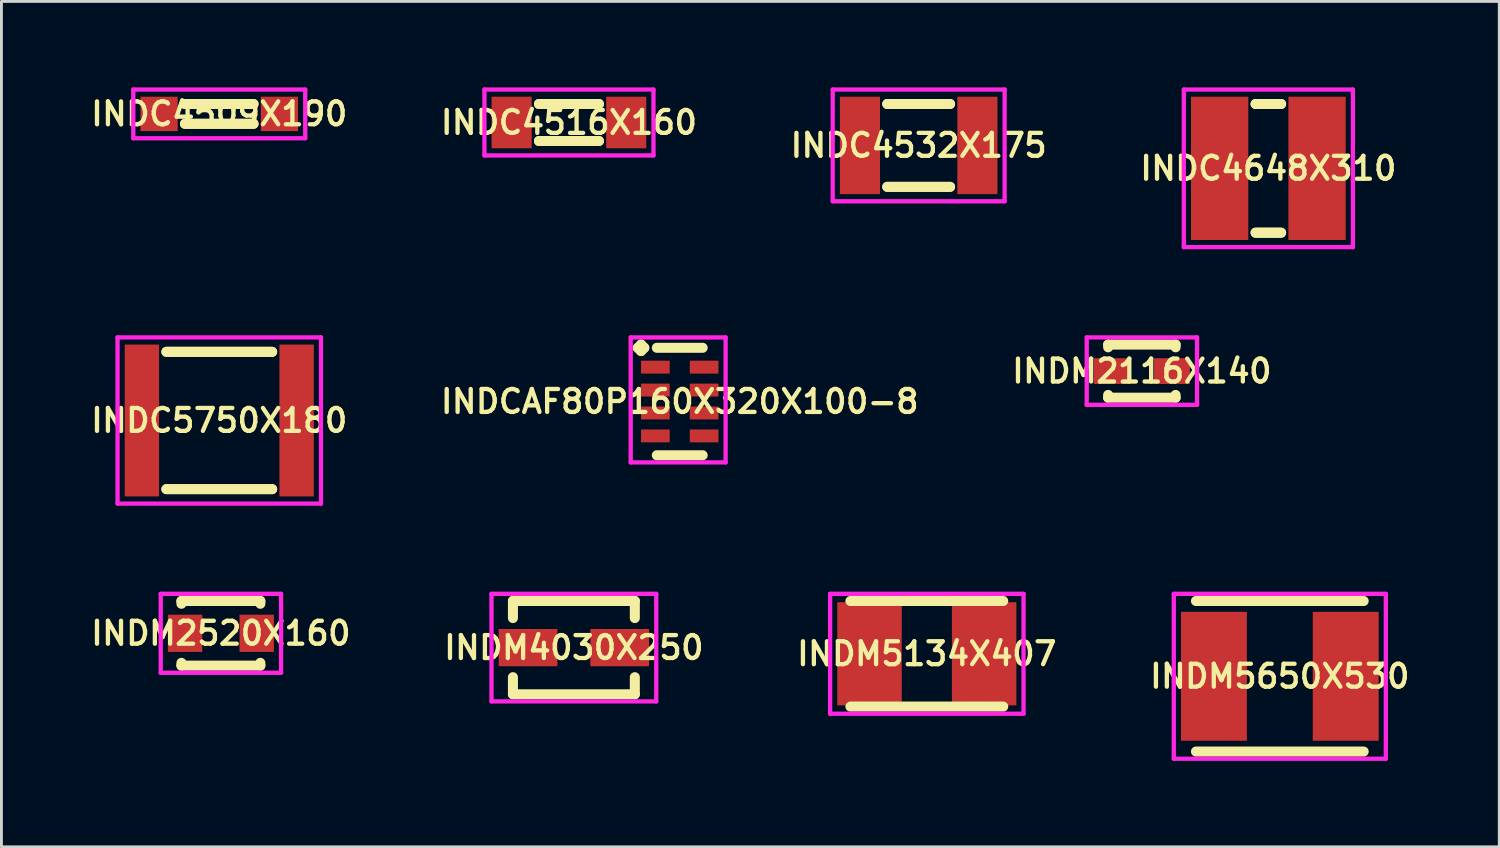
<source format=kicad_pcb>
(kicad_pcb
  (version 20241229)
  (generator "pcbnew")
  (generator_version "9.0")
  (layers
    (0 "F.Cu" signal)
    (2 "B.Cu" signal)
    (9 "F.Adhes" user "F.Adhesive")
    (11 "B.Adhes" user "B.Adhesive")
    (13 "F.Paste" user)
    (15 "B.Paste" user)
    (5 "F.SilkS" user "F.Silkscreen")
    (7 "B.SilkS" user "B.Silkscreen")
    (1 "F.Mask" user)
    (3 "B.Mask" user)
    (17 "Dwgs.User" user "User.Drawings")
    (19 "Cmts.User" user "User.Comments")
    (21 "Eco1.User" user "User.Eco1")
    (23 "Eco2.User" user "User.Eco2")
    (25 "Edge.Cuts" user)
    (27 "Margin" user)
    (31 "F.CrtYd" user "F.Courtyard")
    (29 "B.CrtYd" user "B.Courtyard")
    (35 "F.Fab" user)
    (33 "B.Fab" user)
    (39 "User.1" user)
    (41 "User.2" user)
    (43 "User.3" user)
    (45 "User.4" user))
  (footprint "INDM4030X250"
    (layer "F.Cu")
    (at 16.978 19.552)
    (property "Reference" "INDM4030X250" (at 0 0 0) (layer "F.SilkS") (effects (font (size 0.8 0.8) (thickness 0.15))))
    (attr smd)
    (fp_line (start -2.127 -1.627) (end 2.127 -1.627) (stroke (width 0.35) (type solid)) (layer "F.SilkS"))
    (fp_line (start -2.127 -1.031) (end -2.127 -1.627) (stroke (width 0.35) (type solid)) (layer "F.SilkS"))
    (fp_line (start -2.127 1.031) (end -2.127 1.627) (stroke (width 0.35) (type solid)) (layer "F.SilkS"))
    (fp_line (start -2.127 1.627) (end 2.127 1.627) (stroke (width 0.35) (type solid)) (layer "F.SilkS"))
    (fp_line (start 2.127 -1.627) (end 2.127 -1.031) (stroke (width 0.35) (type solid)) (layer "F.SilkS"))
    (fp_line (start 2.127 1.627) (end 2.127 1.031) (stroke (width 0.35) (type solid)) (layer "F.SilkS"))
    (fp_line (start -2.875 -1.877) (end 2.875 -1.877) (stroke (width 0.15) (type solid)) (layer "F.CrtYd"))
    (fp_line (start -2.875 1.877) (end -2.875 -1.877) (stroke (width 0.15) (type solid)) (layer "F.CrtYd"))
    (fp_line (start 2.875 -1.877) (end 2.875 1.877) (stroke (width 0.15) (type solid)) (layer "F.CrtYd"))
    (fp_line (start 2.875 1.877) (end -2.875 1.877) (stroke (width 0.15) (type solid)) (layer "F.CrtYd"))
    (pad "1" smd rect (at -1.6 0) (size 2.05 1.3) (layers "F.Cu" "F.Mask" "F.Paste"))
    (pad "2" smd rect (at 1.6 0) (size 2.05 1.3) (layers "F.Cu" "F.Mask" "F.Paste")))
  (footprint "INDC4532X175"
    (layer "F.Cu")
    (at 29.011 2.025)
    (property "Reference" "INDC4532X175" (at 0 0 0) (layer "F.SilkS") (effects (font (size 0.8 0.8) (thickness 0.15))))
    (attr through_hole)
    (fp_line (start -1.096 -1.446) (end 1.096 -1.446) (stroke (width 0.35) (type solid)) (layer "F.SilkS"))
    (fp_line (start -1.096 1.446) (end 1.096 1.446) (stroke (width 0.35) (type solid)) (layer "F.SilkS"))
    (fp_line (start 1.096 -1.446) (end -1.096 -1.446) (stroke (width 0.35) (type solid)) (layer "F.SilkS"))
    (fp_line (start 1.096 1.446) (end -1.096 1.446) (stroke (width 0.35) (type solid)) (layer "F.SilkS"))
    (fp_line (start -3 -1.95) (end 3 -1.95) (stroke (width 0.15) (type solid)) (layer "F.CrtYd"))
    (fp_line (start -3 1.95) (end -3 -1.95) (stroke (width 0.15) (type solid)) (layer "F.CrtYd"))
    (fp_line (start 3 -1.95) (end 3 1.95) (stroke (width 0.15) (type solid)) (layer "F.CrtYd"))
    (fp_line (start 3 1.95) (end -3 1.95) (stroke (width 0.15) (type solid)) (layer "F.CrtYd"))
    (pad "1" smd rect (at -2.05 0) (size 1.4 3.4) (layers "F.Cu" "F.Mask" "F.Paste"))
    (pad "2" smd rect (at 2.05 0) (size 1.4 3.4) (layers "F.Cu" "F.Mask" "F.Paste")))
  (footprint "INDM5650X530"
    (layer "F.Cu")
    (at 41.615 20.552)
    (property "Reference" "INDM5650X530" (at 0 0 0) (layer "F.SilkS") (effects (font (size 0.8 0.8) (thickness 0.15))))
    (attr through_hole)
    (fp_line (start -2.927 -2.627) (end 2.927 -2.627) (stroke (width 0.35) (type solid)) (layer "F.SilkS"))
    (fp_line (start -2.927 2.627) (end 2.927 2.627) (stroke (width 0.35) (type solid)) (layer "F.SilkS"))
    (fp_line (start -3.7 -2.877) (end 3.7 -2.877) (stroke (width 0.15) (type solid)) (layer "F.CrtYd"))
    (fp_line (start -3.7 2.877) (end -3.7 -2.877) (stroke (width 0.15) (type solid)) (layer "F.CrtYd"))
    (fp_line (start 3.7 -2.877) (end 3.7 2.877) (stroke (width 0.15) (type solid)) (layer "F.CrtYd"))
    (fp_line (start 3.7 2.877) (end -3.7 2.877) (stroke (width 0.15) (type solid)) (layer "F.CrtYd"))
    (pad "1" smd rect (at -2.3 0) (size 2.3 4.5) (layers "F.Cu" "F.Mask" "F.Paste"))
    (pad "2" smd rect (at 2.3 0) (size 2.3 4.5) (layers "F.Cu" "F.Mask" "F.Paste")))
  (footprint "INDM2116X140"
    (layer "F.Cu")
    (at 36.801 9.902)
    (property "Reference" "INDM2116X140" (at 0 0 0) (layer "F.SilkS") (effects (font (size 0.8 0.8) (thickness 0.15))))
    (attr smd)
    (fp_line (start -1.177 -0.927) (end 1.177 -0.927) (stroke (width 0.35) (type solid)) (layer "F.SilkS"))
    (fp_line (start -1.177 -0.831) (end -1.177 -0.927) (stroke (width 0.35) (type solid)) (layer "F.SilkS"))
    (fp_line (start -1.177 0.831) (end -1.177 0.927) (stroke (width 0.35) (type solid)) (layer "F.SilkS"))
    (fp_line (start -1.177 0.927) (end 1.177 0.927) (stroke (width 0.35) (type solid)) (layer "F.SilkS"))
    (fp_line (start 1.177 -0.927) (end 1.177 -0.831) (stroke (width 0.35) (type solid)) (layer "F.SilkS"))
    (fp_line (start 1.177 0.927) (end 1.177 0.831) (stroke (width 0.35) (type solid)) (layer "F.SilkS"))
    (fp_line (start -1.925 -1.177) (end 1.925 -1.177) (stroke (width 0.15) (type solid)) (layer "F.CrtYd"))
    (fp_line (start -1.925 1.177) (end -1.925 -1.177) (stroke (width 0.15) (type solid)) (layer "F.CrtYd"))
    (fp_line (start 1.925 -1.177) (end 1.925 1.177) (stroke (width 0.15) (type solid)) (layer "F.CrtYd"))
    (fp_line (start 1.925 1.177) (end -1.925 1.177) (stroke (width 0.15) (type solid)) (layer "F.CrtYd"))
    (pad "1" smd rect (at -1.05 0) (size 1.25 0.9) (layers "F.Cu" "F.Mask" "F.Paste"))
    (pad "2" smd rect (at 1.05 0) (size 1.25 0.9) (layers "F.Cu" "F.Mask" "F.Paste")))
  (footprint "INDC4509X190"
    (layer "F.Cu")
    (at 4.602 0.925)
    (property "Reference" "INDC4509X190" (at 0 0 0) (layer "F.SilkS") (effects (font (size 0.8 0.8) (thickness 0.15))))
    (attr smd)
    (fp_line (start -1.196 -0.346) (end 1.196 -0.346) (stroke (width 0.35) (type solid)) (layer "F.SilkS"))
    (fp_line (start -1.196 0.346) (end 1.196 0.346) (stroke (width 0.35) (type solid)) (layer "F.SilkS"))
    (fp_line (start 1.196 -0.346) (end -1.196 -0.346) (stroke (width 0.35) (type solid)) (layer "F.SilkS"))
    (fp_line (start 1.196 0.346) (end -1.196 0.346) (stroke (width 0.35) (type solid)) (layer "F.SilkS"))
    (fp_line (start -3 -0.85) (end 3 -0.85) (stroke (width 0.15) (type solid)) (layer "F.CrtYd"))
    (fp_line (start -3 0.85) (end -3 -0.85) (stroke (width 0.15) (type solid)) (layer "F.CrtYd"))
    (fp_line (start 3 -0.85) (end 3 0.85) (stroke (width 0.15) (type solid)) (layer "F.CrtYd"))
    (fp_line (start 3 0.85) (end -3 0.85) (stroke (width 0.15) (type solid)) (layer "F.CrtYd"))
    (pad "1" smd rect (at -2.1 0) (size 1.3 1.2) (layers "F.Cu" "F.Mask" "F.Paste"))
    (pad "2" smd rect (at 2.1 0) (size 1.3 1.2) (layers "F.Cu" "F.Mask" "F.Paste")))
  (footprint "INDC5750X180"
    (layer "F.Cu")
    (at 4.602 11.625)
    (property "Reference" "INDC5750X180" (at 0 0 0) (layer "F.SilkS") (effects (font (size 0.8 0.8) (thickness 0.15))))
    (attr smd)
    (fp_line (start -1.846 -2.396) (end 1.846 -2.396) (stroke (width 0.35) (type solid)) (layer "F.SilkS"))
    (fp_line (start -1.846 2.396) (end 1.846 2.396) (stroke (width 0.35) (type solid)) (layer "F.SilkS"))
    (fp_line (start 1.846 -2.396) (end -1.846 -2.396) (stroke (width 0.35) (type solid)) (layer "F.SilkS"))
    (fp_line (start 1.846 2.396) (end -1.846 2.396) (stroke (width 0.35) (type solid)) (layer "F.SilkS"))
    (fp_line (start -3.55 -2.9) (end 3.55 -2.9) (stroke (width 0.15) (type solid)) (layer "F.CrtYd"))
    (fp_line (start -3.55 2.9) (end -3.55 -2.9) (stroke (width 0.15) (type solid)) (layer "F.CrtYd"))
    (fp_line (start 3.55 -2.9) (end 3.55 2.9) (stroke (width 0.15) (type solid)) (layer "F.CrtYd"))
    (fp_line (start 3.55 2.9) (end -3.55 2.9) (stroke (width 0.15) (type solid)) (layer "F.CrtYd"))
    (pad "1" smd rect (at -2.7 0) (size 1.2 5.3) (layers "F.Cu" "F.Mask" "F.Paste"))
    (pad "2" smd rect (at 2.7 0) (size 1.2 5.3) (layers "F.Cu" "F.Mask" "F.Paste")))
  (footprint "INDC4516X160"
    (layer "F.Cu")
    (at 16.806 1.225)
    (property "Reference" "INDC4516X160" (at 0 0 0) (layer "F.SilkS") (effects (font (size 0.8 0.8) (thickness 0.15))))
    (attr smd)
    (fp_line (start -1.046 -0.646) (end 1.046 -0.646) (stroke (width 0.35) (type solid)) (layer "F.SilkS"))
    (fp_line (start -1.046 0.646) (end 1.046 0.646) (stroke (width 0.35) (type solid)) (layer "F.SilkS"))
    (fp_line (start 1.046 -0.646) (end -1.046 -0.646) (stroke (width 0.35) (type solid)) (layer "F.SilkS"))
    (fp_line (start 1.046 0.646) (end -1.046 0.646) (stroke (width 0.35) (type solid)) (layer "F.SilkS"))
    (fp_line (start -2.95 -1.15) (end 2.95 -1.15) (stroke (width 0.15) (type solid)) (layer "F.CrtYd"))
    (fp_line (start -2.95 1.15) (end -2.95 -1.15) (stroke (width 0.15) (type solid)) (layer "F.CrtYd"))
    (fp_line (start 2.95 -1.15) (end 2.95 1.15) (stroke (width 0.15) (type solid)) (layer "F.CrtYd"))
    (fp_line (start 2.95 1.15) (end -2.95 1.15) (stroke (width 0.15) (type solid)) (layer "F.CrtYd"))
    (pad "1" smd rect (at -2 0) (size 1.4 1.8) (layers "F.Cu" "F.Mask" "F.Paste"))
    (pad "2" smd rect (at 2 0) (size 1.4 1.8) (layers "F.Cu" "F.Mask" "F.Paste")))
  (footprint "INDC4648X310"
    (layer "F.Cu")
    (at 41.215 2.825)
    (property "Reference" "INDC4648X310" (at 0 0 0) (layer "F.SilkS") (effects (font (size 0.8 0.8) (thickness 0.15))))
    (attr through_hole)
    (fp_line (start -0.446 -2.246) (end 0.446 -2.246) (stroke (width 0.35) (type solid)) (layer "F.SilkS"))
    (fp_line (start -0.446 2.246) (end 0.446 2.246) (stroke (width 0.35) (type solid)) (layer "F.SilkS"))
    (fp_line (start 0.446 -2.246) (end -0.446 -2.246) (stroke (width 0.35) (type solid)) (layer "F.SilkS"))
    (fp_line (start 0.446 2.246) (end -0.446 2.246) (stroke (width 0.35) (type solid)) (layer "F.SilkS"))
    (fp_line (start -2.95 -2.75) (end 2.95 -2.75) (stroke (width 0.15) (type solid)) (layer "F.CrtYd"))
    (fp_line (start -2.95 2.75) (end -2.95 -2.75) (stroke (width 0.15) (type solid)) (layer "F.CrtYd"))
    (fp_line (start 2.95 -2.75) (end 2.95 2.75) (stroke (width 0.15) (type solid)) (layer "F.CrtYd"))
    (fp_line (start 2.95 2.75) (end -2.95 2.75) (stroke (width 0.15) (type solid)) (layer "F.CrtYd"))
    (pad "1" smd rect (at -1.7 0) (size 2 5) (layers "F.Cu" "F.Mask" "F.Paste"))
    (pad "2" smd rect (at 1.7 0) (size 2 5) (layers "F.Cu" "F.Mask" "F.Paste")))
  (footprint "INDCAF80P160X320X100-8"
    (layer "F.Cu")
    (at 20.673 10.963)
    (property "Reference" "INDCAF80P160X320X100-8" (at 0 0 0) (layer "F.SilkS") (effects (font (size 0.8 0.8) (thickness 0.15))))
    (attr through_hole)
    (fp_line (start -1.462 -1.875) (end -1.35 -1.988) (stroke (width 0.35) (type solid)) (layer "F.SilkS"))
    (fp_line (start -1.35 -1.988) (end -1.238 -1.875) (stroke (width 0.35) (type solid)) (layer "F.SilkS"))
    (fp_line (start -1.35 -1.762) (end -1.462 -1.875) (stroke (width 0.35) (type solid)) (layer "F.SilkS"))
    (fp_line (start -1.238 -1.875) (end -1.35 -1.762) (stroke (width 0.35) (type solid)) (layer "F.SilkS"))
    (fp_line (start -0.8 -1.875) (end 0.8 -1.875) (stroke (width 0.35) (type solid)) (layer "F.SilkS"))
    (fp_line (start -0.8 1.875) (end 0.8 1.875) (stroke (width 0.35) (type solid)) (layer "F.SilkS"))
    (fp_line (start -1.712 -2.237) (end 1.6 -2.237) (stroke (width 0.15) (type solid)) (layer "F.CrtYd"))
    (fp_line (start -1.712 2.125) (end -1.712 -2.237) (stroke (width 0.15) (type solid)) (layer "F.CrtYd"))
    (fp_line (start 1.6 -2.237) (end 1.6 2.125) (stroke (width 0.15) (type solid)) (layer "F.CrtYd"))
    (fp_line (start 1.6 2.125) (end -1.712 2.125) (stroke (width 0.15) (type solid)) (layer "F.CrtYd"))
    (pad "1" smd rect (at -0.85 -1.2) (size 1 0.45) (layers "F.Cu" "F.Mask" "F.Paste"))
    (pad "2" smd rect (at -0.85 -0.4) (size 1 0.45) (layers "F.Cu" "F.Mask" "F.Paste"))
    (pad "3" smd rect (at -0.85 0.4) (size 1 0.45) (layers "F.Cu" "F.Mask" "F.Paste"))
    (pad "4" smd rect (at -0.85 1.2) (size 1 0.45) (layers "F.Cu" "F.Mask" "F.Paste"))
    (pad "5" smd rect (at 0.85 1.2) (size 1 0.45) (layers "F.Cu" "F.Mask" "F.Paste"))
    (pad "6" smd rect (at 0.85 0.4) (size 1 0.45) (layers "F.Cu" "F.Mask" "F.Paste"))
    (pad "7" smd rect (at 0.85 -0.4) (size 1 0.45) (layers "F.Cu" "F.Mask" "F.Paste"))
    (pad "8" smd rect (at 0.85 -1.2) (size 1 0.45) (layers "F.Cu" "F.Mask" "F.Paste")))
  (footprint "INDM5134X407"
    (layer "F.Cu")
    (at 29.296 19.767)
    (property "Reference" "INDM5134X407" (at 0 0 0) (layer "F.SilkS") (effects (font (size 0.8 0.8) (thickness 0.15))))
    (attr through_hole)
    (fp_line (start -2.667 -1.842) (end 2.667 -1.842) (stroke (width 0.35) (type solid)) (layer "F.SilkS"))
    (fp_line (start -2.667 1.842) (end 2.667 1.842) (stroke (width 0.35) (type solid)) (layer "F.SilkS"))
    (fp_line (start -3.375 -2.092) (end 3.375 -2.092) (stroke (width 0.15) (type solid)) (layer "F.CrtYd"))
    (fp_line (start -3.375 2.092) (end -3.375 -2.092) (stroke (width 0.15) (type solid)) (layer "F.CrtYd"))
    (fp_line (start 3.375 -2.092) (end 3.375 2.092) (stroke (width 0.15) (type solid)) (layer "F.CrtYd"))
    (fp_line (start 3.375 2.092) (end -3.375 2.092) (stroke (width 0.15) (type solid)) (layer "F.CrtYd"))
    (pad "1" smd rect (at -2 0) (size 2.25 3.6) (layers "F.Cu" "F.Mask" "F.Paste"))
    (pad "2" smd rect (at 2 0) (size 2.25 3.6) (layers "F.Cu" "F.Mask" "F.Paste")))
  (footprint "INDM2520X160"
    (layer "F.Cu")
    (at 4.659 19.052)
    (property "Reference" "INDM2520X160" (at 0 0 0) (layer "F.SilkS") (effects (font (size 0.8 0.8) (thickness 0.15))))
    (attr smd)
    (fp_line (start -1.377 -1.127) (end 1.377 -1.127) (stroke (width 0.35) (type solid)) (layer "F.SilkS"))
    (fp_line (start -1.377 -1.031) (end -1.377 -1.127) (stroke (width 0.35) (type solid)) (layer "F.SilkS"))
    (fp_line (start -1.377 1.031) (end -1.377 1.127) (stroke (width 0.35) (type solid)) (layer "F.SilkS"))
    (fp_line (start -1.377 1.127) (end 1.377 1.127) (stroke (width 0.35) (type solid)) (layer "F.SilkS"))
    (fp_line (start 1.377 -1.127) (end 1.377 -1.031) (stroke (width 0.35) (type solid)) (layer "F.SilkS"))
    (fp_line (start 1.377 1.127) (end 1.377 1.031) (stroke (width 0.35) (type solid)) (layer "F.SilkS"))
    (fp_line (start -2.1 -1.377) (end 2.1 -1.377) (stroke (width 0.15) (type solid)) (layer "F.CrtYd"))
    (fp_line (start -2.1 1.377) (end -2.1 -1.377) (stroke (width 0.15) (type solid)) (layer "F.CrtYd"))
    (fp_line (start 2.1 -1.377) (end 2.1 1.377) (stroke (width 0.15) (type solid)) (layer "F.CrtYd"))
    (fp_line (start 2.1 1.377) (end -2.1 1.377) (stroke (width 0.15) (type solid)) (layer "F.CrtYd"))
    (pad "1" smd rect (at -1.25 0) (size 1.2 1.3) (layers "F.Cu" "F.Mask" "F.Paste"))
    (pad "2" smd rect (at 1.25 0) (size 1.2 1.3) (layers "F.Cu" "F.Mask" "F.Paste")))
  (gr_rect
    (start -3 -3)
    (end 49.274 26.504)
    (stroke (width 0.1) (type default))
    (fill no)
    (layer "Edge.Cuts")))
</source>
